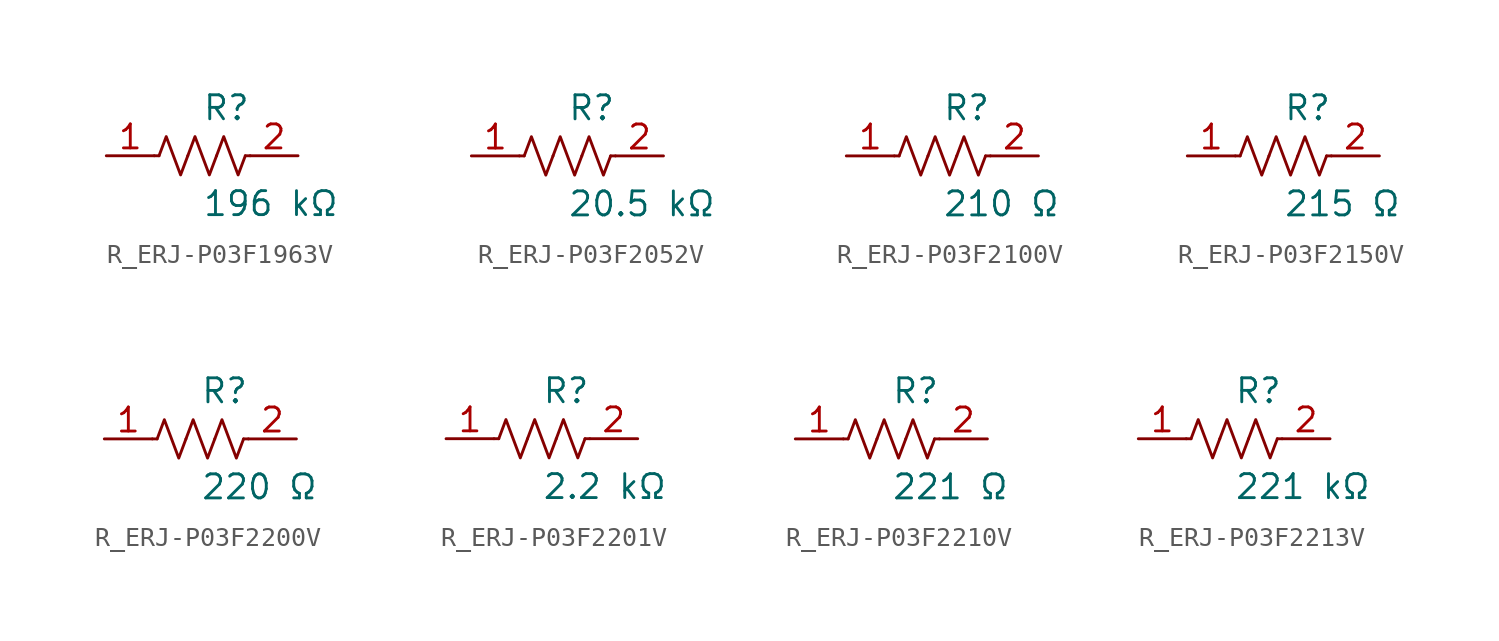
<source format=kicad_sym>
(kicad_symbol_lib
  (version 20231120)
  (generator kicad_symbol_editor)
  (generator_version 8.0)
  (symbol "R_ERJ-P03F1963V"
    (pin_names
      (offset 0.254))
    (property "Reference" "R"
      (at 0.0 2.54 0)
      (effects (font (size 1.27 1.27)) (justify left)))
    (property "Value" "196 kΩ"
      (at 0.0 -2.54 0)
      (effects (font (size 1.27 1.27)) (justify left)))
    (symbol "R_ERJ-P03F1963V_0_1"
      (polyline (pts (xy 2.286 0) (xy 2.54 0)) (stroke (width 0) (type default)) (fill (type none)))
      (polyline (pts (xy -2.286 0) (xy -2.54 0)) (stroke (width 0) (type default)) (fill (type none)))
      (polyline (pts (xy 0.762 0) (xy 1.143 1.016) (xy 1.524 0) (xy 1.905 -1.016) (xy 2.286 0)) (stroke (width 0) (type default)) (fill (type none)))
      (polyline (pts (xy -0.762 0) (xy -0.381 1.016) (xy 0 0) (xy 0.381 -1.016) (xy 0.762 0)) (stroke (width 0) (type default)) (fill (type none)))
      (polyline (pts (xy -2.286 0) (xy -1.905 1.016) (xy -1.524 0) (xy -1.143 -1.016) (xy -0.762 0)) (stroke (width 0) (type default)) (fill (type none))))
    (pin unspecified line
      (at -5.08 0 0)
      (length 2.54)
      (name "" (effects (font (size 1.27 1.27))))
      (number "1" (effects (font (size 1.27 1.27)))))
    (pin unspecified line
      (at 5.08 0 180)
      (length 2.54)
      (name "" (effects (font (size 1.27 1.27))))
      (number "2" (effects (font (size 1.27 1.27))))))
  (symbol "R_ERJ-P03F2052V"
    (pin_names
      (offset 0.254))
    (property "Reference" "R"
      (at 0.0 2.54 0)
      (effects (font (size 1.27 1.27)) (justify left)))
    (property "Value" "20.5 kΩ"
      (at 0.0 -2.54 0)
      (effects (font (size 1.27 1.27)) (justify left)))
    (symbol "R_ERJ-P03F2052V_0_1"
      (polyline (pts (xy 2.286 0) (xy 2.54 0)) (stroke (width 0) (type default)) (fill (type none)))
      (polyline (pts (xy -2.286 0) (xy -2.54 0)) (stroke (width 0) (type default)) (fill (type none)))
      (polyline (pts (xy 0.762 0) (xy 1.143 1.016) (xy 1.524 0) (xy 1.905 -1.016) (xy 2.286 0)) (stroke (width 0) (type default)) (fill (type none)))
      (polyline (pts (xy -0.762 0) (xy -0.381 1.016) (xy 0 0) (xy 0.381 -1.016) (xy 0.762 0)) (stroke (width 0) (type default)) (fill (type none)))
      (polyline (pts (xy -2.286 0) (xy -1.905 1.016) (xy -1.524 0) (xy -1.143 -1.016) (xy -0.762 0)) (stroke (width 0) (type default)) (fill (type none))))
    (pin unspecified line
      (at -5.08 0 0)
      (length 2.54)
      (name "" (effects (font (size 1.27 1.27))))
      (number "1" (effects (font (size 1.27 1.27)))))
    (pin unspecified line
      (at 5.08 0 180)
      (length 2.54)
      (name "" (effects (font (size 1.27 1.27))))
      (number "2" (effects (font (size 1.27 1.27))))))
  (symbol "R_ERJ-P03F2100V"
    (pin_names
      (offset 0.254))
    (property "Reference" "R"
      (at 0.0 2.54 0)
      (effects (font (size 1.27 1.27)) (justify left)))
    (property "Value" "210 Ω"
      (at 0.0 -2.54 0)
      (effects (font (size 1.27 1.27)) (justify left)))
    (symbol "R_ERJ-P03F2100V_0_1"
      (polyline (pts (xy 2.286 0) (xy 2.54 0)) (stroke (width 0) (type default)) (fill (type none)))
      (polyline (pts (xy -2.286 0) (xy -2.54 0)) (stroke (width 0) (type default)) (fill (type none)))
      (polyline (pts (xy 0.762 0) (xy 1.143 1.016) (xy 1.524 0) (xy 1.905 -1.016) (xy 2.286 0)) (stroke (width 0) (type default)) (fill (type none)))
      (polyline (pts (xy -0.762 0) (xy -0.381 1.016) (xy 0 0) (xy 0.381 -1.016) (xy 0.762 0)) (stroke (width 0) (type default)) (fill (type none)))
      (polyline (pts (xy -2.286 0) (xy -1.905 1.016) (xy -1.524 0) (xy -1.143 -1.016) (xy -0.762 0)) (stroke (width 0) (type default)) (fill (type none))))
    (pin unspecified line
      (at -5.08 0 0)
      (length 2.54)
      (name "" (effects (font (size 1.27 1.27))))
      (number "1" (effects (font (size 1.27 1.27)))))
    (pin unspecified line
      (at 5.08 0 180)
      (length 2.54)
      (name "" (effects (font (size 1.27 1.27))))
      (number "2" (effects (font (size 1.27 1.27))))))
  (symbol "R_ERJ-P03F2150V"
    (pin_names
      (offset 0.254))
    (property "Reference" "R"
      (at 0.0 2.54 0)
      (effects (font (size 1.27 1.27)) (justify left)))
    (property "Value" "215 Ω"
      (at 0.0 -2.54 0)
      (effects (font (size 1.27 1.27)) (justify left)))
    (symbol "R_ERJ-P03F2150V_0_1"
      (polyline (pts (xy 2.286 0) (xy 2.54 0)) (stroke (width 0) (type default)) (fill (type none)))
      (polyline (pts (xy -2.286 0) (xy -2.54 0)) (stroke (width 0) (type default)) (fill (type none)))
      (polyline (pts (xy 0.762 0) (xy 1.143 1.016) (xy 1.524 0) (xy 1.905 -1.016) (xy 2.286 0)) (stroke (width 0) (type default)) (fill (type none)))
      (polyline (pts (xy -0.762 0) (xy -0.381 1.016) (xy 0 0) (xy 0.381 -1.016) (xy 0.762 0)) (stroke (width 0) (type default)) (fill (type none)))
      (polyline (pts (xy -2.286 0) (xy -1.905 1.016) (xy -1.524 0) (xy -1.143 -1.016) (xy -0.762 0)) (stroke (width 0) (type default)) (fill (type none))))
    (pin unspecified line
      (at -5.08 0 0)
      (length 2.54)
      (name "" (effects (font (size 1.27 1.27))))
      (number "1" (effects (font (size 1.27 1.27)))))
    (pin unspecified line
      (at 5.08 0 180)
      (length 2.54)
      (name "" (effects (font (size 1.27 1.27))))
      (number "2" (effects (font (size 1.27 1.27))))))
  (symbol "R_ERJ-P03F2200V"
    (pin_names
      (offset 0.254))
    (property "Reference" "R"
      (at 0.0 2.54 0)
      (effects (font (size 1.27 1.27)) (justify left)))
    (property "Value" "220 Ω"
      (at 0.0 -2.54 0)
      (effects (font (size 1.27 1.27)) (justify left)))
    (symbol "R_ERJ-P03F2200V_0_1"
      (polyline (pts (xy 2.286 0) (xy 2.54 0)) (stroke (width 0) (type default)) (fill (type none)))
      (polyline (pts (xy -2.286 0) (xy -2.54 0)) (stroke (width 0) (type default)) (fill (type none)))
      (polyline (pts (xy 0.762 0) (xy 1.143 1.016) (xy 1.524 0) (xy 1.905 -1.016) (xy 2.286 0)) (stroke (width 0) (type default)) (fill (type none)))
      (polyline (pts (xy -0.762 0) (xy -0.381 1.016) (xy 0 0) (xy 0.381 -1.016) (xy 0.762 0)) (stroke (width 0) (type default)) (fill (type none)))
      (polyline (pts (xy -2.286 0) (xy -1.905 1.016) (xy -1.524 0) (xy -1.143 -1.016) (xy -0.762 0)) (stroke (width 0) (type default)) (fill (type none))))
    (pin unspecified line
      (at -5.08 0 0)
      (length 2.54)
      (name "" (effects (font (size 1.27 1.27))))
      (number "1" (effects (font (size 1.27 1.27)))))
    (pin unspecified line
      (at 5.08 0 180)
      (length 2.54)
      (name "" (effects (font (size 1.27 1.27))))
      (number "2" (effects (font (size 1.27 1.27))))))
  (symbol "R_ERJ-P03F2201V"
    (pin_names
      (offset 0.254))
    (property "Reference" "R"
      (at 0.0 2.54 0)
      (effects (font (size 1.27 1.27)) (justify left)))
    (property "Value" "2.2 kΩ"
      (at 0.0 -2.54 0)
      (effects (font (size 1.27 1.27)) (justify left)))
    (symbol "R_ERJ-P03F2201V_0_1"
      (polyline (pts (xy 2.286 0) (xy 2.54 0)) (stroke (width 0) (type default)) (fill (type none)))
      (polyline (pts (xy -2.286 0) (xy -2.54 0)) (stroke (width 0) (type default)) (fill (type none)))
      (polyline (pts (xy 0.762 0) (xy 1.143 1.016) (xy 1.524 0) (xy 1.905 -1.016) (xy 2.286 0)) (stroke (width 0) (type default)) (fill (type none)))
      (polyline (pts (xy -0.762 0) (xy -0.381 1.016) (xy 0 0) (xy 0.381 -1.016) (xy 0.762 0)) (stroke (width 0) (type default)) (fill (type none)))
      (polyline (pts (xy -2.286 0) (xy -1.905 1.016) (xy -1.524 0) (xy -1.143 -1.016) (xy -0.762 0)) (stroke (width 0) (type default)) (fill (type none))))
    (pin unspecified line
      (at -5.08 0 0)
      (length 2.54)
      (name "" (effects (font (size 1.27 1.27))))
      (number "1" (effects (font (size 1.27 1.27)))))
    (pin unspecified line
      (at 5.08 0 180)
      (length 2.54)
      (name "" (effects (font (size 1.27 1.27))))
      (number "2" (effects (font (size 1.27 1.27))))))
  (symbol "R_ERJ-P03F2210V"
    (pin_names
      (offset 0.254))
    (property "Reference" "R"
      (at 0.0 2.54 0)
      (effects (font (size 1.27 1.27)) (justify left)))
    (property "Value" "221 Ω"
      (at 0.0 -2.54 0)
      (effects (font (size 1.27 1.27)) (justify left)))
    (symbol "R_ERJ-P03F2210V_0_1"
      (polyline (pts (xy 2.286 0) (xy 2.54 0)) (stroke (width 0) (type default)) (fill (type none)))
      (polyline (pts (xy -2.286 0) (xy -2.54 0)) (stroke (width 0) (type default)) (fill (type none)))
      (polyline (pts (xy 0.762 0) (xy 1.143 1.016) (xy 1.524 0) (xy 1.905 -1.016) (xy 2.286 0)) (stroke (width 0) (type default)) (fill (type none)))
      (polyline (pts (xy -0.762 0) (xy -0.381 1.016) (xy 0 0) (xy 0.381 -1.016) (xy 0.762 0)) (stroke (width 0) (type default)) (fill (type none)))
      (polyline (pts (xy -2.286 0) (xy -1.905 1.016) (xy -1.524 0) (xy -1.143 -1.016) (xy -0.762 0)) (stroke (width 0) (type default)) (fill (type none))))
    (pin unspecified line
      (at -5.08 0 0)
      (length 2.54)
      (name "" (effects (font (size 1.27 1.27))))
      (number "1" (effects (font (size 1.27 1.27)))))
    (pin unspecified line
      (at 5.08 0 180)
      (length 2.54)
      (name "" (effects (font (size 1.27 1.27))))
      (number "2" (effects (font (size 1.27 1.27))))))
  (symbol "R_ERJ-P03F2213V"
    (pin_names
      (offset 0.254))
    (property "Reference" "R"
      (at 0.0 2.54 0)
      (effects (font (size 1.27 1.27)) (justify left)))
    (property "Value" "221 kΩ"
      (at 0.0 -2.54 0)
      (effects (font (size 1.27 1.27)) (justify left)))
    (symbol "R_ERJ-P03F2213V_0_1"
      (polyline (pts (xy 2.286 0) (xy 2.54 0)) (stroke (width 0) (type default)) (fill (type none)))
      (polyline (pts (xy -2.286 0) (xy -2.54 0)) (stroke (width 0) (type default)) (fill (type none)))
      (polyline (pts (xy 0.762 0) (xy 1.143 1.016) (xy 1.524 0) (xy 1.905 -1.016) (xy 2.286 0)) (stroke (width 0) (type default)) (fill (type none)))
      (polyline (pts (xy -0.762 0) (xy -0.381 1.016) (xy 0 0) (xy 0.381 -1.016) (xy 0.762 0)) (stroke (width 0) (type default)) (fill (type none)))
      (polyline (pts (xy -2.286 0) (xy -1.905 1.016) (xy -1.524 0) (xy -1.143 -1.016) (xy -0.762 0)) (stroke (width 0) (type default)) (fill (type none))))
    (pin unspecified line
      (at -5.08 0 0)
      (length 2.54)
      (name "" (effects (font (size 1.27 1.27))))
      (number "1" (effects (font (size 1.27 1.27)))))
    (pin unspecified line
      (at 5.08 0 180)
      (length 2.54)
      (name "" (effects (font (size 1.27 1.27))))
      (number "2" (effects (font (size 1.27 1.27)))))))
</source>
